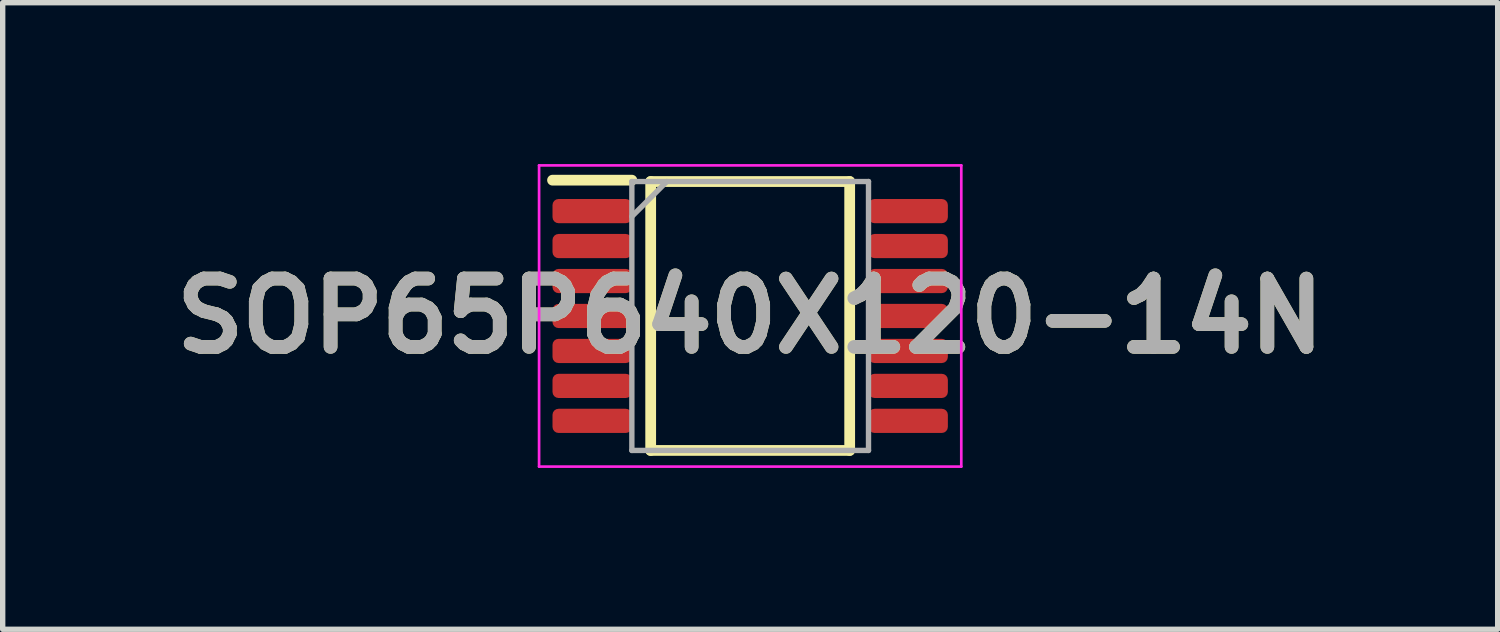
<source format=kicad_pcb>
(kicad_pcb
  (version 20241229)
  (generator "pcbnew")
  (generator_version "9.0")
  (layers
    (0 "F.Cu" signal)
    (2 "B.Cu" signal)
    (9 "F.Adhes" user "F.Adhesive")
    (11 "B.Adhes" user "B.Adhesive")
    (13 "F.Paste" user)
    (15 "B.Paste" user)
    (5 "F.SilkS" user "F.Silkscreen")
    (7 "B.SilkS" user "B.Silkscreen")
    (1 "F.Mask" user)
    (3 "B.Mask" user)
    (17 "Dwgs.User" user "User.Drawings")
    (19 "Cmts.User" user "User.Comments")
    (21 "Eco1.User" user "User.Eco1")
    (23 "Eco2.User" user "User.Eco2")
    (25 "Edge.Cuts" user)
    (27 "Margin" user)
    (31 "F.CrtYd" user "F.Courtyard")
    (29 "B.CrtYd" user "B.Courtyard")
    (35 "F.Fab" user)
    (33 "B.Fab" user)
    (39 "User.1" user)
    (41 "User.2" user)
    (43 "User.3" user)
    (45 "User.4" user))
  (footprint "SOP65P640X120-14N"
    (layer "F.Cu")
    (at 10.898 2.825)
    (property "Reference" "SOP65P640X120-14N" (at 0 0 0) (layer "F.SilkS") (effects (font (size 1.27 1.27) (thickness 0.254))))
    (attr smd)
    (fp_line (start -3.675 -2.525) (end -2.2 -2.525) (stroke (width 0.2) (type solid)) (layer "F.SilkS"))
    (fp_line (start -1.85 -2.5) (end 1.85 -2.5) (stroke (width 0.2) (type solid)) (layer "F.SilkS"))
    (fp_line (start -1.85 2.5) (end -1.85 -2.5) (stroke (width 0.2) (type solid)) (layer "F.SilkS"))
    (fp_line (start 1.85 -2.5) (end 1.85 2.5) (stroke (width 0.2) (type solid)) (layer "F.SilkS"))
    (fp_line (start 1.85 2.5) (end -1.85 2.5) (stroke (width 0.2) (type solid)) (layer "F.SilkS"))
    (fp_line (start -3.925 -2.8) (end 3.925 -2.8) (stroke (width 0.05) (type solid)) (layer "F.CrtYd"))
    (fp_line (start -3.925 2.8) (end -3.925 -2.8) (stroke (width 0.05) (type solid)) (layer "F.CrtYd"))
    (fp_line (start 3.925 -2.8) (end 3.925 2.8) (stroke (width 0.05) (type solid)) (layer "F.CrtYd"))
    (fp_line (start 3.925 2.8) (end -3.925 2.8) (stroke (width 0.05) (type solid)) (layer "F.CrtYd"))
    (fp_line (start -2.2 -2.5) (end 2.2 -2.5) (stroke (width 0.1) (type solid)) (layer "F.Fab"))
    (fp_line (start -2.2 -1.85) (end -1.55 -2.5) (stroke (width 0.1) (type solid)) (layer "F.Fab"))
    (fp_line (start -2.2 2.5) (end -2.2 -2.5) (stroke (width 0.1) (type solid)) (layer "F.Fab"))
    (fp_line (start 2.2 -2.5) (end 2.2 2.5) (stroke (width 0.1) (type solid)) (layer "F.Fab"))
    (fp_line (start 2.2 2.5) (end -2.2 2.5) (stroke (width 0.1) (type solid)) (layer "F.Fab"))
    (fp_text user "${REFERENCE}" (at 0 0 0) (layer "F.Fab") (effects (font (size 1.27 1.27) (thickness 0.254))))
    (pad "1" smd roundrect (at -2.938 -1.95 90) (size 0.45 1.475) (layers "F.Cu" "F.Mask" "F.Paste") (roundrect_rratio 0.25))
    (pad "2" smd roundrect (at -2.938 -1.3 90) (size 0.45 1.475) (layers "F.Cu" "F.Mask" "F.Paste") (roundrect_rratio 0.25))
    (pad "3" smd roundrect (at -2.938 -0.65 90) (size 0.45 1.475) (layers "F.Cu" "F.Mask" "F.Paste") (roundrect_rratio 0.25))
    (pad "4" smd roundrect (at -2.938 0 90) (size 0.45 1.475) (layers "F.Cu" "F.Mask" "F.Paste") (roundrect_rratio 0.25))
    (pad "5" smd roundrect (at -2.938 0.65 90) (size 0.45 1.475) (layers "F.Cu" "F.Mask" "F.Paste") (roundrect_rratio 0.25))
    (pad "6" smd roundrect (at -2.938 1.3 90) (size 0.45 1.475) (layers "F.Cu" "F.Mask" "F.Paste") (roundrect_rratio 0.25))
    (pad "7" smd roundrect (at -2.938 1.95 90) (size 0.45 1.475) (layers "F.Cu" "F.Mask" "F.Paste") (roundrect_rratio 0.25))
    (pad "8" smd roundrect (at 2.938 1.95 90) (size 0.45 1.475) (layers "F.Cu" "F.Mask" "F.Paste") (roundrect_rratio 0.25))
    (pad "9" smd roundrect (at 2.938 1.3 90) (size 0.45 1.475) (layers "F.Cu" "F.Mask" "F.Paste") (roundrect_rratio 0.25))
    (pad "10" smd roundrect (at 2.938 0.65 90) (size 0.45 1.475) (layers "F.Cu" "F.Mask" "F.Paste") (roundrect_rratio 0.25))
    (pad "11" smd roundrect (at 2.938 0 90) (size 0.45 1.475) (layers "F.Cu" "F.Mask" "F.Paste") (roundrect_rratio 0.25))
    (pad "12" smd roundrect (at 2.938 -0.65 90) (size 0.45 1.475) (layers "F.Cu" "F.Mask" "F.Paste") (roundrect_rratio 0.25))
    (pad "13" smd roundrect (at 2.938 -1.3 90) (size 0.45 1.475) (layers "F.Cu" "F.Mask" "F.Paste") (roundrect_rratio 0.25))
    (pad "14" smd roundrect (at 2.938 -1.95 90) (size 0.45 1.475) (layers "F.Cu" "F.Mask" "F.Paste") (roundrect_rratio 0.25)))
  (gr_rect
    (start -3 -3)
    (end 24.796 8.65)
    (stroke (width 0.1) (type default))
    (fill no)
    (layer "Edge.Cuts")))
</source>
